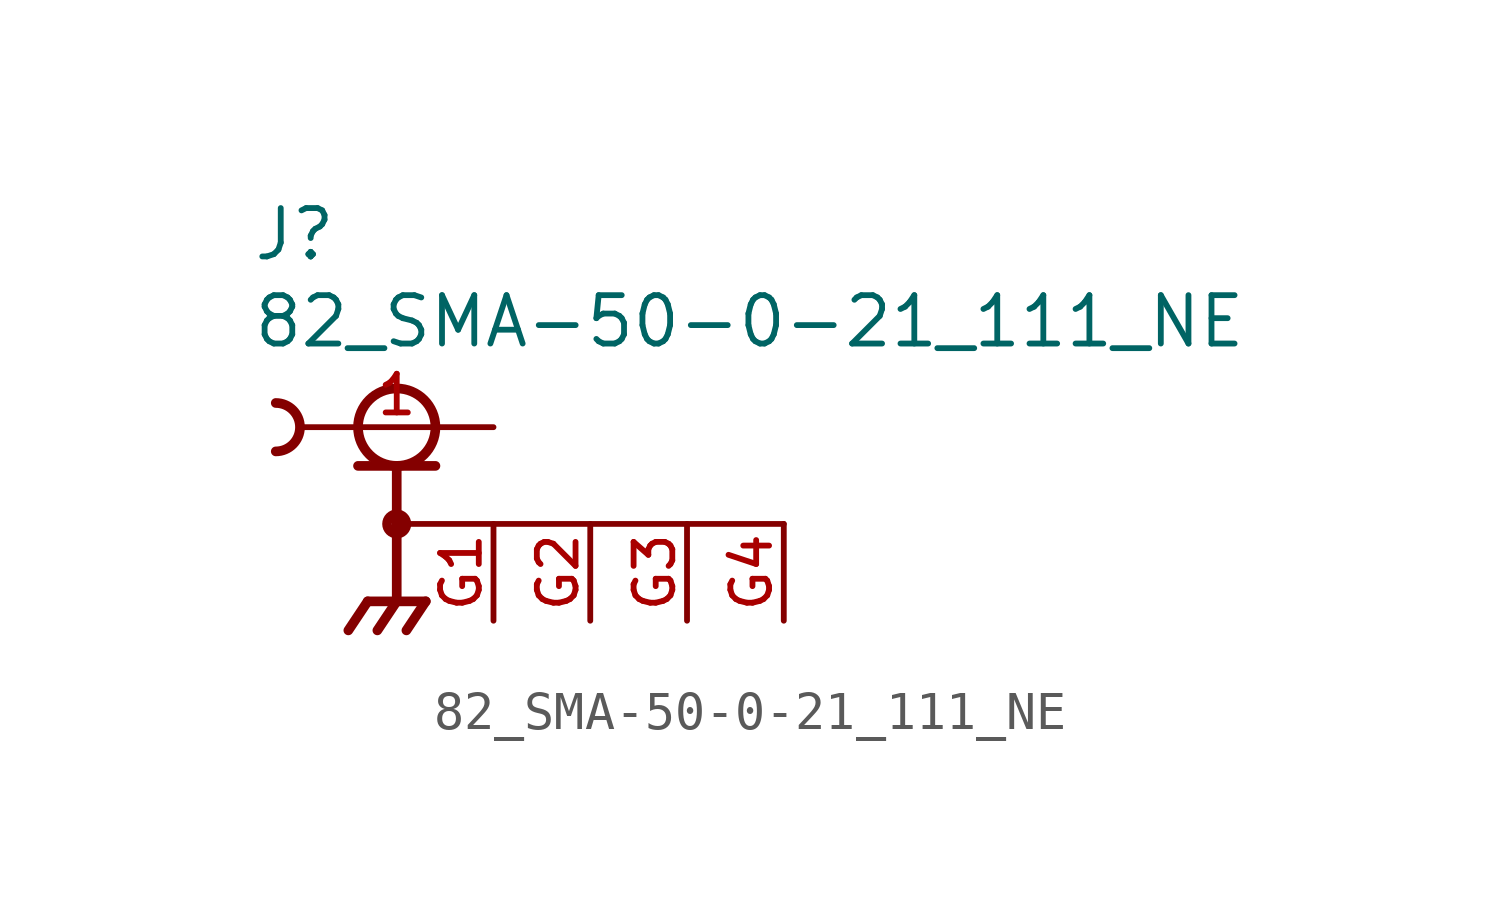
<source format=kicad_sym>
(kicad_symbol_lib
  (version 20211014)
  (generator kicad_symbol_editor)
  (symbol "82_SMA-50-0-21_111_NE"
    (pin_names
      (offset 1.016))
    (property "Reference" "J"
      (at -3.81 4.318 0)
      (effects (font (size 1.27 1.27)) (justify bottom left)))
    (property "Value" "82_SMA-50-0-21_111_NE"
      (at -3.81 2.032 0)
      (effects (font (size 1.27 1.27)) (justify bottom left)))
    (symbol "82_SMA-50-0-21_111_NE_0_0"
      (circle (center 0.0 0.0) (radius 1.016) (stroke (width 0.254)) (fill (type none)))
      (polyline (pts (xy -1.016 -1.016) (xy 0.0 -1.016)) (stroke (width 0.254)))
      (polyline (pts (xy 0.0 -1.016) (xy 1.016 -1.016)) (stroke (width 0.254)))
      (polyline (pts (xy 0.0 -1.016) (xy 0.0 -2.54)) (stroke (width 0.254)))
      (circle (center 0.0 -2.54) (radius 0.254) (stroke (width 0.254)) (fill (type none)))
      (polyline (pts (xy 0.0 -2.54) (xy 0.0 -4.572)) (stroke (width 0.254)))
      (polyline (pts (xy 0.0 -4.572) (xy -0.762 -4.572)) (stroke (width 0.254)))
      (polyline (pts (xy 0.0 -4.572) (xy 0.762 -4.572)) (stroke (width 0.254)))
      (polyline (pts (xy -0.762 -4.572) (xy -1.27 -5.334)) (stroke (width 0.254)))
      (polyline (pts (xy 0.0 -4.572) (xy -0.508 -5.334)) (stroke (width 0.254)))
      (polyline (pts (xy 0.762 -4.572) (xy 0.254 -5.334)) (stroke (width 0.254)))
      (arc (start -3.175 0.635) (mid -2.54 -0.0) (end -3.175 -0.635) (stroke (width 0.254) (type default) (color 0 0 0 0)) (fill (type none)))
      (polyline (pts (xy 0.0 -2.54) (xy 10.16 -2.54)) (stroke (width 0.152)))
      (pin passive line (at 2.54 0.0 180.0) (length 5.08) (name "~" (effects (font (size 1.016 1.016)))) (number "1" (effects (font (size 1.016 1.016)))))
      (pin power_in line (at 2.54 -5.08 90.0) (length 2.54) (name "~" (effects (font (size 1.016 1.016)))) (number "G1" (effects (font (size 1.016 1.016)))))
      (pin power_in line (at 5.08 -5.08 90.0) (length 2.54) (name "~" (effects (font (size 1.016 1.016)))) (number "G2" (effects (font (size 1.016 1.016)))))
      (pin power_in line (at 7.62 -5.08 90.0) (length 2.54) (name "~" (effects (font (size 1.016 1.016)))) (number "G3" (effects (font (size 1.016 1.016)))))
      (pin power_in line (at 10.16 -5.08 90.0) (length 2.54) (name "~" (effects (font (size 1.016 1.016)))) (number "G4" (effects (font (size 1.016 1.016))))))))
</source>
